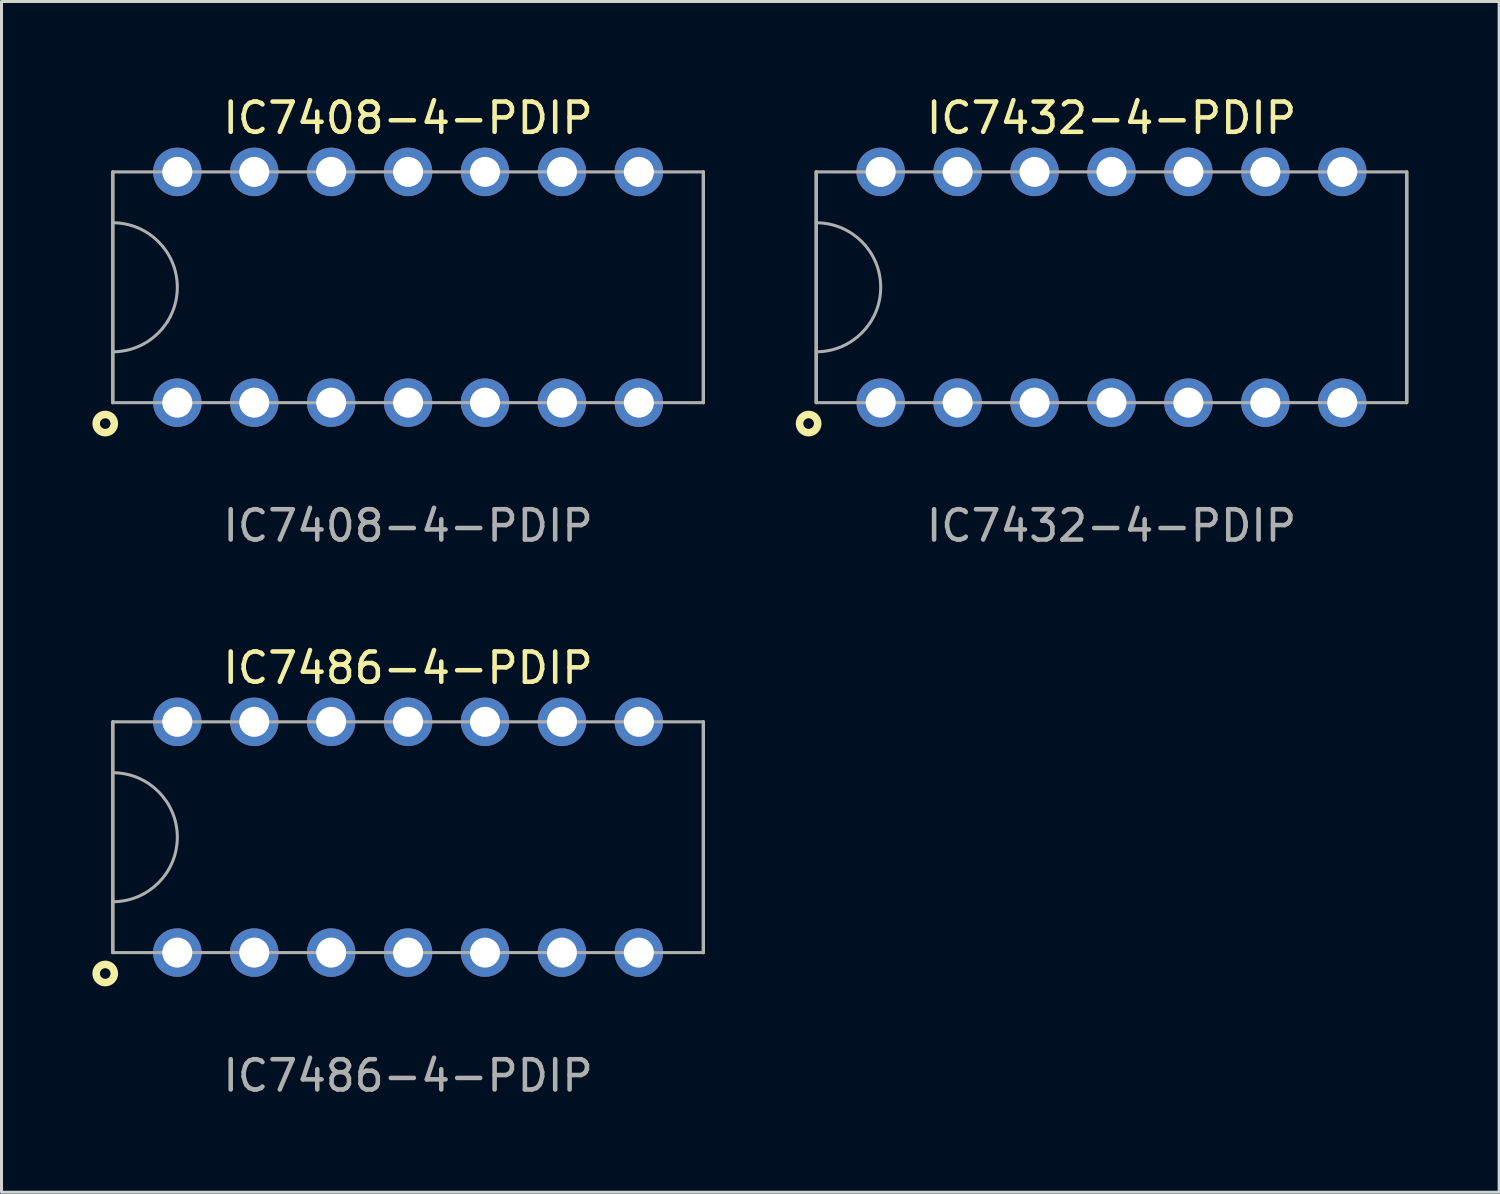
<source format=kicad_pcb>
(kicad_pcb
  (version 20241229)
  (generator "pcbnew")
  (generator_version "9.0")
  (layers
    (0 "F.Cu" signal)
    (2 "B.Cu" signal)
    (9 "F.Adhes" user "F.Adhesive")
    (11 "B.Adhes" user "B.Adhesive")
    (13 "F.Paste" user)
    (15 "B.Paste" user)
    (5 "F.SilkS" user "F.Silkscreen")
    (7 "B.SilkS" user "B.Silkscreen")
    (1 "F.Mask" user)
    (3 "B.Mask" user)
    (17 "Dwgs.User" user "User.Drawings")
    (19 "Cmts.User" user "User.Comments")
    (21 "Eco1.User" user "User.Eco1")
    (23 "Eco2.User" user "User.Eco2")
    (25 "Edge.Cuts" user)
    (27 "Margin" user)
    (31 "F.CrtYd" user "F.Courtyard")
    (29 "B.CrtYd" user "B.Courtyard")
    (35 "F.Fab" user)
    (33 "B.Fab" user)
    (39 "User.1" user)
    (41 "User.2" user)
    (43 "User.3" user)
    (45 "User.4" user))
  (footprint "IC7432-4-PDIP"
    (layer "F.Cu")
    (at 33.651 6.436)
    (property "Reference" "IC7432-4-PDIP" (at 0 -5.588 0) (unlocked yes) (layer "F.SilkS") (effects (font (size 1 1) (thickness 0.15))))
    (attr through_hole)
    (fp_line (start -9.75 -3.81) (end -9.75 3.81) (stroke (width 0.102) (type solid)) (layer "F.SilkS"))
    (fp_line (start 9.75 -3.81) (end 9.75 3.81) (stroke (width 0.102) (type solid)) (layer "F.SilkS"))
    (fp_circle (center -10 4.5) (end -9.7 4.5) (stroke (width 0.25) (type solid)) (fill no) (layer "F.SilkS"))
    (fp_line (start -9.75 -3.81) (end -9.75 3.81) (stroke (width 0.102) (type solid)) (layer "F.Fab"))
    (fp_line (start 9.75 -3.81) (end -9.75 -3.81) (stroke (width 0.102) (type solid)) (layer "F.Fab"))
    (fp_line (start 9.75 -3.81) (end 9.75 3.81) (stroke (width 0.102) (type solid)) (layer "F.Fab"))
    (fp_line (start 9.75 3.81) (end -9.75 3.81) (stroke (width 0.102) (type solid)) (layer "F.Fab"))
    (fp_arc (start -9.75 -2.13) (mid -7.62 0) (end -9.75 2.13) (stroke (width 0.1) (type solid)) (layer "F.Fab"))
    (fp_text user "${REFERENCE}" (at 0 7.874 0) (unlocked yes) (layer "F.Fab") (effects (font (size 1 1) (thickness 0.15))))
    (pad "1" thru_hole circle (at -7.62 3.81) (size 1.6 1.6) (drill 0.991) (layers "*.Cu" "*.Mask"))
    (pad "2" thru_hole circle (at -5.08 3.81) (size 1.6 1.6) (drill 0.991) (layers "*.Cu" "*.Mask"))
    (pad "3" thru_hole circle (at -2.54 3.81) (size 1.6 1.6) (drill 0.991) (layers "*.Cu" "*.Mask"))
    (pad "4" thru_hole circle (at 0 3.81) (size 1.6 1.6) (drill 0.991) (layers "*.Cu" "*.Mask"))
    (pad "5" thru_hole circle (at 2.54 3.81) (size 1.6 1.6) (drill 0.991) (layers "*.Cu" "*.Mask"))
    (pad "6" thru_hole circle (at 5.08 3.81) (size 1.6 1.6) (drill 0.991) (layers "*.Cu" "*.Mask"))
    (pad "7" thru_hole circle (at 7.62 3.81) (size 1.6 1.6) (drill 0.991) (layers "*.Cu" "*.Mask"))
    (pad "8" thru_hole circle (at 7.62 -3.81) (size 1.6 1.6) (drill 0.991) (layers "*.Cu" "*.Mask"))
    (pad "9" thru_hole circle (at 5.08 -3.81) (size 1.6 1.6) (drill 0.991) (layers "*.Cu" "*.Mask"))
    (pad "10" thru_hole circle (at 2.54 -3.81) (size 1.6 1.6) (drill 0.991) (layers "*.Cu" "*.Mask"))
    (pad "11" thru_hole circle (at 0 -3.81) (size 1.6 1.6) (drill 0.991) (layers "*.Cu" "*.Mask"))
    (pad "12" thru_hole circle (at -2.54 -3.81) (size 1.6 1.6) (drill 0.991) (layers "*.Cu" "*.Mask"))
    (pad "13" thru_hole circle (at -5.08 -3.81) (size 1.6 1.6) (drill 0.991) (layers "*.Cu" "*.Mask"))
    (pad "14" thru_hole circle (at -7.62 -3.81) (size 1.6 1.6) (drill 0.991) (layers "*.Cu" "*.Mask")))
  (footprint "IC7408-4-PDIP"
    (layer "F.Cu")
    (at 10.425 6.436)
    (property "Reference" "IC7408-4-PDIP" (at 0 -5.588 0) (unlocked yes) (layer "F.SilkS") (effects (font (size 1 1) (thickness 0.15))))
    (attr through_hole)
    (fp_line (start -9.75 -3.81) (end -9.75 3.81) (stroke (width 0.102) (type solid)) (layer "F.SilkS"))
    (fp_line (start 9.75 -3.81) (end 9.75 3.81) (stroke (width 0.102) (type solid)) (layer "F.SilkS"))
    (fp_circle (center -10 4.5) (end -9.7 4.5) (stroke (width 0.25) (type solid)) (fill no) (layer "F.SilkS"))
    (fp_line (start -9.75 -3.81) (end -9.75 3.81) (stroke (width 0.102) (type solid)) (layer "F.Fab"))
    (fp_line (start 9.75 -3.81) (end -9.75 -3.81) (stroke (width 0.102) (type solid)) (layer "F.Fab"))
    (fp_line (start 9.75 -3.81) (end 9.75 3.81) (stroke (width 0.102) (type solid)) (layer "F.Fab"))
    (fp_line (start 9.75 3.81) (end -9.75 3.81) (stroke (width 0.102) (type solid)) (layer "F.Fab"))
    (fp_arc (start -9.75 -2.13) (mid -7.62 0) (end -9.75 2.13) (stroke (width 0.1) (type solid)) (layer "F.Fab"))
    (fp_text user "${REFERENCE}" (at 0 7.874 0) (unlocked yes) (layer "F.Fab") (effects (font (size 1 1) (thickness 0.15))))
    (pad "1" thru_hole circle (at -7.62 3.81) (size 1.6 1.6) (drill 0.991) (layers "*.Cu" "*.Mask"))
    (pad "2" thru_hole circle (at -5.08 3.81) (size 1.6 1.6) (drill 0.991) (layers "*.Cu" "*.Mask"))
    (pad "3" thru_hole circle (at -2.54 3.81) (size 1.6 1.6) (drill 0.991) (layers "*.Cu" "*.Mask"))
    (pad "4" thru_hole circle (at 0 3.81) (size 1.6 1.6) (drill 0.991) (layers "*.Cu" "*.Mask"))
    (pad "5" thru_hole circle (at 2.54 3.81) (size 1.6 1.6) (drill 0.991) (layers "*.Cu" "*.Mask"))
    (pad "6" thru_hole circle (at 5.08 3.81) (size 1.6 1.6) (drill 0.991) (layers "*.Cu" "*.Mask"))
    (pad "7" thru_hole circle (at 7.62 3.81) (size 1.6 1.6) (drill 0.991) (layers "*.Cu" "*.Mask"))
    (pad "8" thru_hole circle (at 7.62 -3.81) (size 1.6 1.6) (drill 0.991) (layers "*.Cu" "*.Mask"))
    (pad "9" thru_hole circle (at 5.08 -3.81) (size 1.6 1.6) (drill 0.991) (layers "*.Cu" "*.Mask"))
    (pad "10" thru_hole circle (at 2.54 -3.81) (size 1.6 1.6) (drill 0.991) (layers "*.Cu" "*.Mask"))
    (pad "11" thru_hole circle (at 0 -3.81) (size 1.6 1.6) (drill 0.991) (layers "*.Cu" "*.Mask"))
    (pad "12" thru_hole circle (at -2.54 -3.81) (size 1.6 1.6) (drill 0.991) (layers "*.Cu" "*.Mask"))
    (pad "13" thru_hole circle (at -5.08 -3.81) (size 1.6 1.6) (drill 0.991) (layers "*.Cu" "*.Mask"))
    (pad "14" thru_hole circle (at -7.62 -3.81) (size 1.6 1.6) (drill 0.991) (layers "*.Cu" "*.Mask")))
  (footprint "IC7486-4-PDIP"
    (layer "F.Cu")
    (at 10.425 24.595)
    (property "Reference" "IC7486-4-PDIP" (at 0 -5.588 0) (unlocked yes) (layer "F.SilkS") (effects (font (size 1 1) (thickness 0.15))))
    (attr through_hole)
    (fp_line (start -9.75 -3.81) (end -9.75 3.81) (stroke (width 0.102) (type solid)) (layer "F.SilkS"))
    (fp_line (start 9.75 -3.81) (end 9.75 3.81) (stroke (width 0.102) (type solid)) (layer "F.SilkS"))
    (fp_circle (center -10 4.5) (end -9.7 4.5) (stroke (width 0.25) (type solid)) (fill no) (layer "F.SilkS"))
    (fp_line (start -9.75 -3.81) (end -9.75 3.81) (stroke (width 0.102) (type solid)) (layer "F.Fab"))
    (fp_line (start 9.75 -3.81) (end -9.75 -3.81) (stroke (width 0.102) (type solid)) (layer "F.Fab"))
    (fp_line (start 9.75 -3.81) (end 9.75 3.81) (stroke (width 0.102) (type solid)) (layer "F.Fab"))
    (fp_line (start 9.75 3.81) (end -9.75 3.81) (stroke (width 0.102) (type solid)) (layer "F.Fab"))
    (fp_arc (start -9.75 -2.13) (mid -7.62 0) (end -9.75 2.13) (stroke (width 0.1) (type solid)) (layer "F.Fab"))
    (fp_text user "${REFERENCE}" (at 0 7.874 0) (unlocked yes) (layer "F.Fab") (effects (font (size 1 1) (thickness 0.15))))
    (pad "1" thru_hole circle (at -7.62 3.81) (size 1.6 1.6) (drill 0.991) (layers "*.Cu" "*.Mask"))
    (pad "2" thru_hole circle (at -5.08 3.81) (size 1.6 1.6) (drill 0.991) (layers "*.Cu" "*.Mask"))
    (pad "3" thru_hole circle (at -2.54 3.81) (size 1.6 1.6) (drill 0.991) (layers "*.Cu" "*.Mask"))
    (pad "4" thru_hole circle (at 0 3.81) (size 1.6 1.6) (drill 0.991) (layers "*.Cu" "*.Mask"))
    (pad "5" thru_hole circle (at 2.54 3.81) (size 1.6 1.6) (drill 0.991) (layers "*.Cu" "*.Mask"))
    (pad "6" thru_hole circle (at 5.08 3.81) (size 1.6 1.6) (drill 0.991) (layers "*.Cu" "*.Mask"))
    (pad "7" thru_hole circle (at 7.62 3.81) (size 1.6 1.6) (drill 0.991) (layers "*.Cu" "*.Mask"))
    (pad "8" thru_hole circle (at 7.62 -3.81) (size 1.6 1.6) (drill 0.991) (layers "*.Cu" "*.Mask"))
    (pad "9" thru_hole circle (at 5.08 -3.81) (size 1.6 1.6) (drill 0.991) (layers "*.Cu" "*.Mask"))
    (pad "10" thru_hole circle (at 2.54 -3.81) (size 1.6 1.6) (drill 0.991) (layers "*.Cu" "*.Mask"))
    (pad "11" thru_hole circle (at 0 -3.81) (size 1.6 1.6) (drill 0.991) (layers "*.Cu" "*.Mask"))
    (pad "12" thru_hole circle (at -2.54 -3.81) (size 1.6 1.6) (drill 0.991) (layers "*.Cu" "*.Mask"))
    (pad "13" thru_hole circle (at -5.08 -3.81) (size 1.6 1.6) (drill 0.991) (layers "*.Cu" "*.Mask"))
    (pad "14" thru_hole circle (at -7.62 -3.81) (size 1.6 1.6) (drill 0.991) (layers "*.Cu" "*.Mask")))
  (gr_rect
    (start -3 -3)
    (end 46.452 36.317)
    (stroke (width 0.1) (type default))
    (fill no)
    (layer "Edge.Cuts")))
</source>
